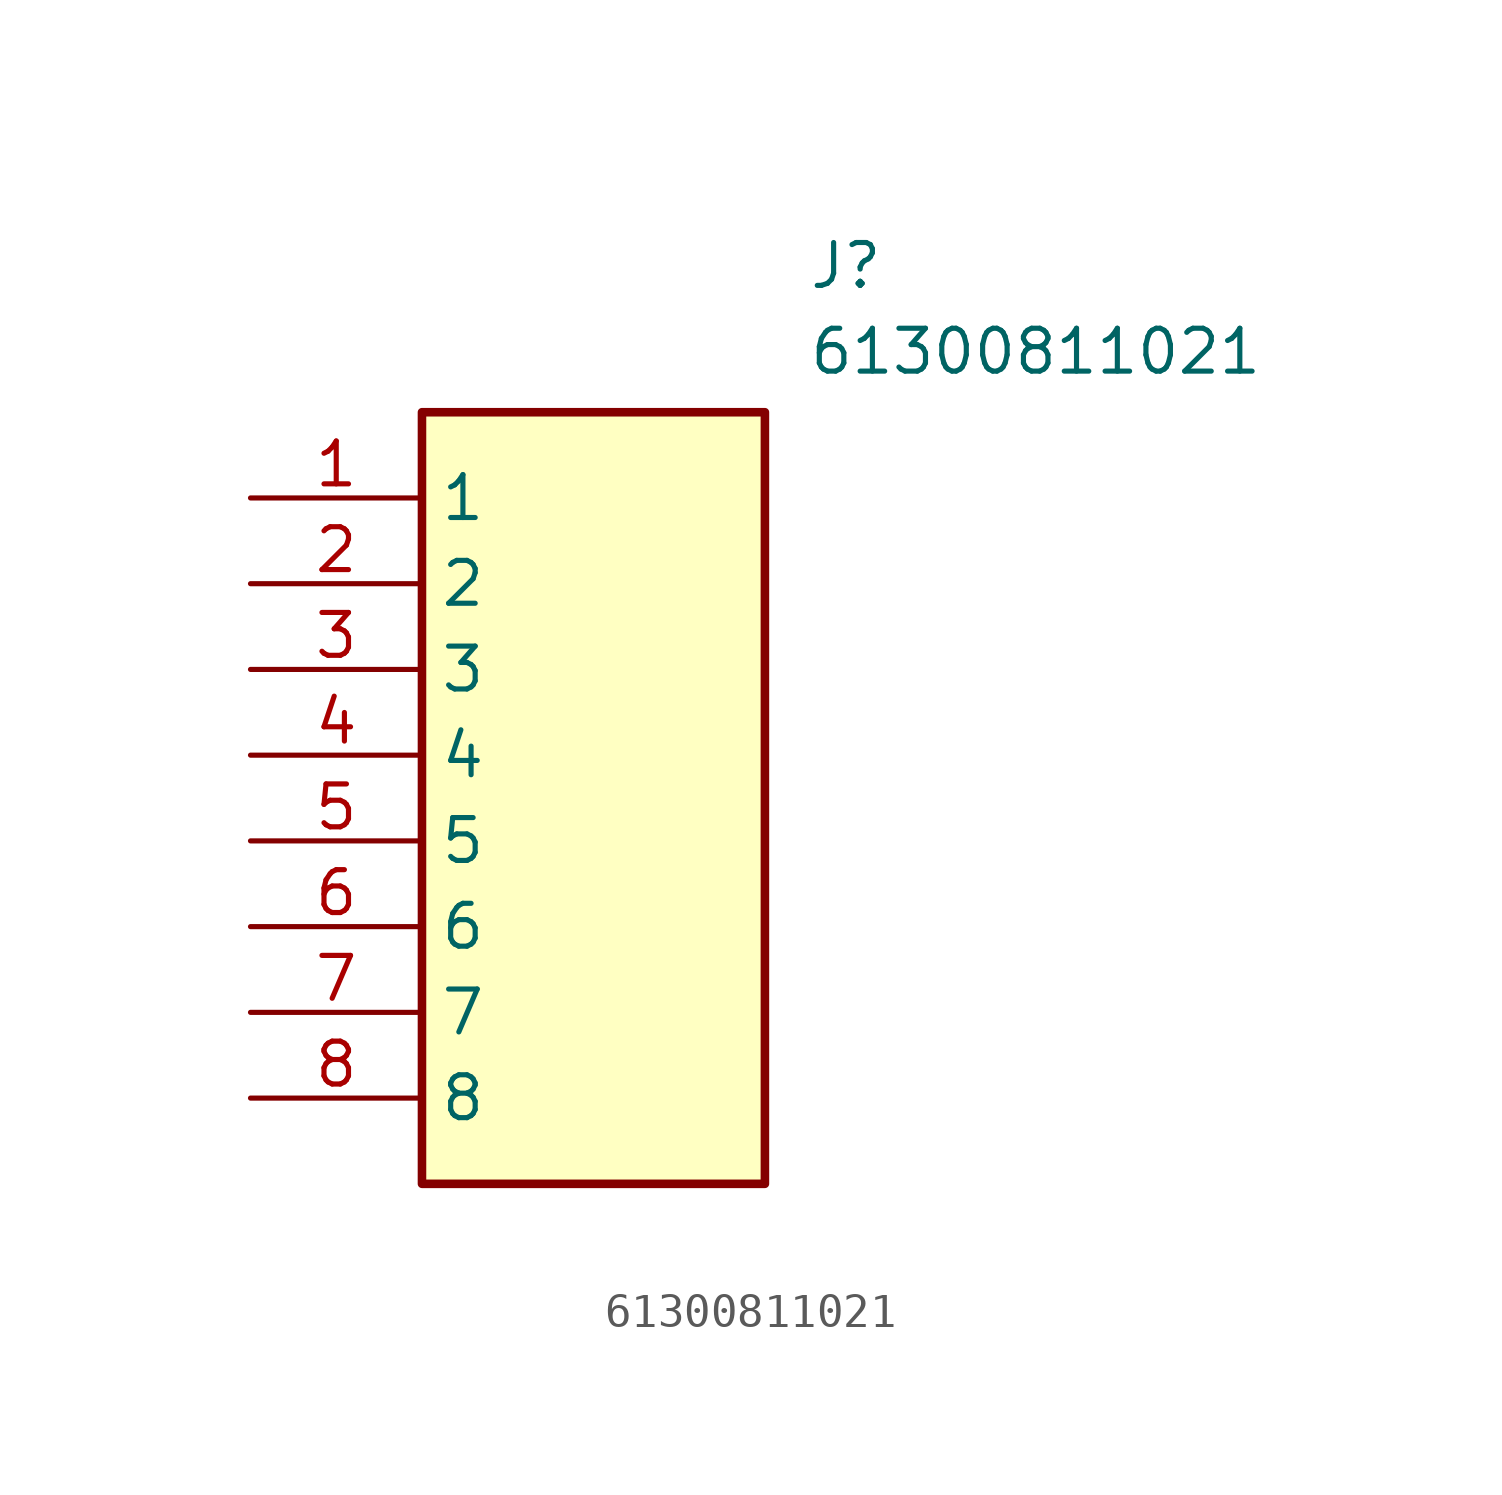
<source format=kicad_sym>
(kicad_symbol_lib
  (version 20211014)
  (generator SamacSys_ECAD_Model)
  (symbol "61300811021"
    (property "Reference" "J"
      (at 16.51 7.62 0)
      (effects (font (size 1.27 1.27)) (justify left top)))
    (property "Value" "61300811021"
      (at 16.51 5.08 0)
      (effects (font (size 1.27 1.27)) (justify left top)))
    (rectangle
      (start 5.08 2.54)
      (end 15.24 -20.32)
      (stroke (width 0.254) (type default))
      (fill (type background)))
    (pin passive line
      (at 0 0 0)
      (length 5.08)
      (name "1" (effects (font (size 1.27 1.27))))
      (number "1" (effects (font (size 1.27 1.27)))))
    (pin passive line
      (at 0 -2.54 0)
      (length 5.08)
      (name "2" (effects (font (size 1.27 1.27))))
      (number "2" (effects (font (size 1.27 1.27)))))
    (pin passive line
      (at 0 -5.08 0)
      (length 5.08)
      (name "3" (effects (font (size 1.27 1.27))))
      (number "3" (effects (font (size 1.27 1.27)))))
    (pin passive line
      (at 0 -7.62 0)
      (length 5.08)
      (name "4" (effects (font (size 1.27 1.27))))
      (number "4" (effects (font (size 1.27 1.27)))))
    (pin passive line
      (at 0 -10.16 0)
      (length 5.08)
      (name "5" (effects (font (size 1.27 1.27))))
      (number "5" (effects (font (size 1.27 1.27)))))
    (pin passive line
      (at 0 -12.7 0)
      (length 5.08)
      (name "6" (effects (font (size 1.27 1.27))))
      (number "6" (effects (font (size 1.27 1.27)))))
    (pin passive line
      (at 0 -15.24 0)
      (length 5.08)
      (name "7" (effects (font (size 1.27 1.27))))
      (number "7" (effects (font (size 1.27 1.27)))))
    (pin passive line
      (at 0 -17.78 0)
      (length 5.08)
      (name "8" (effects (font (size 1.27 1.27))))
      (number "8" (effects (font (size 1.27 1.27)))))))
</source>
